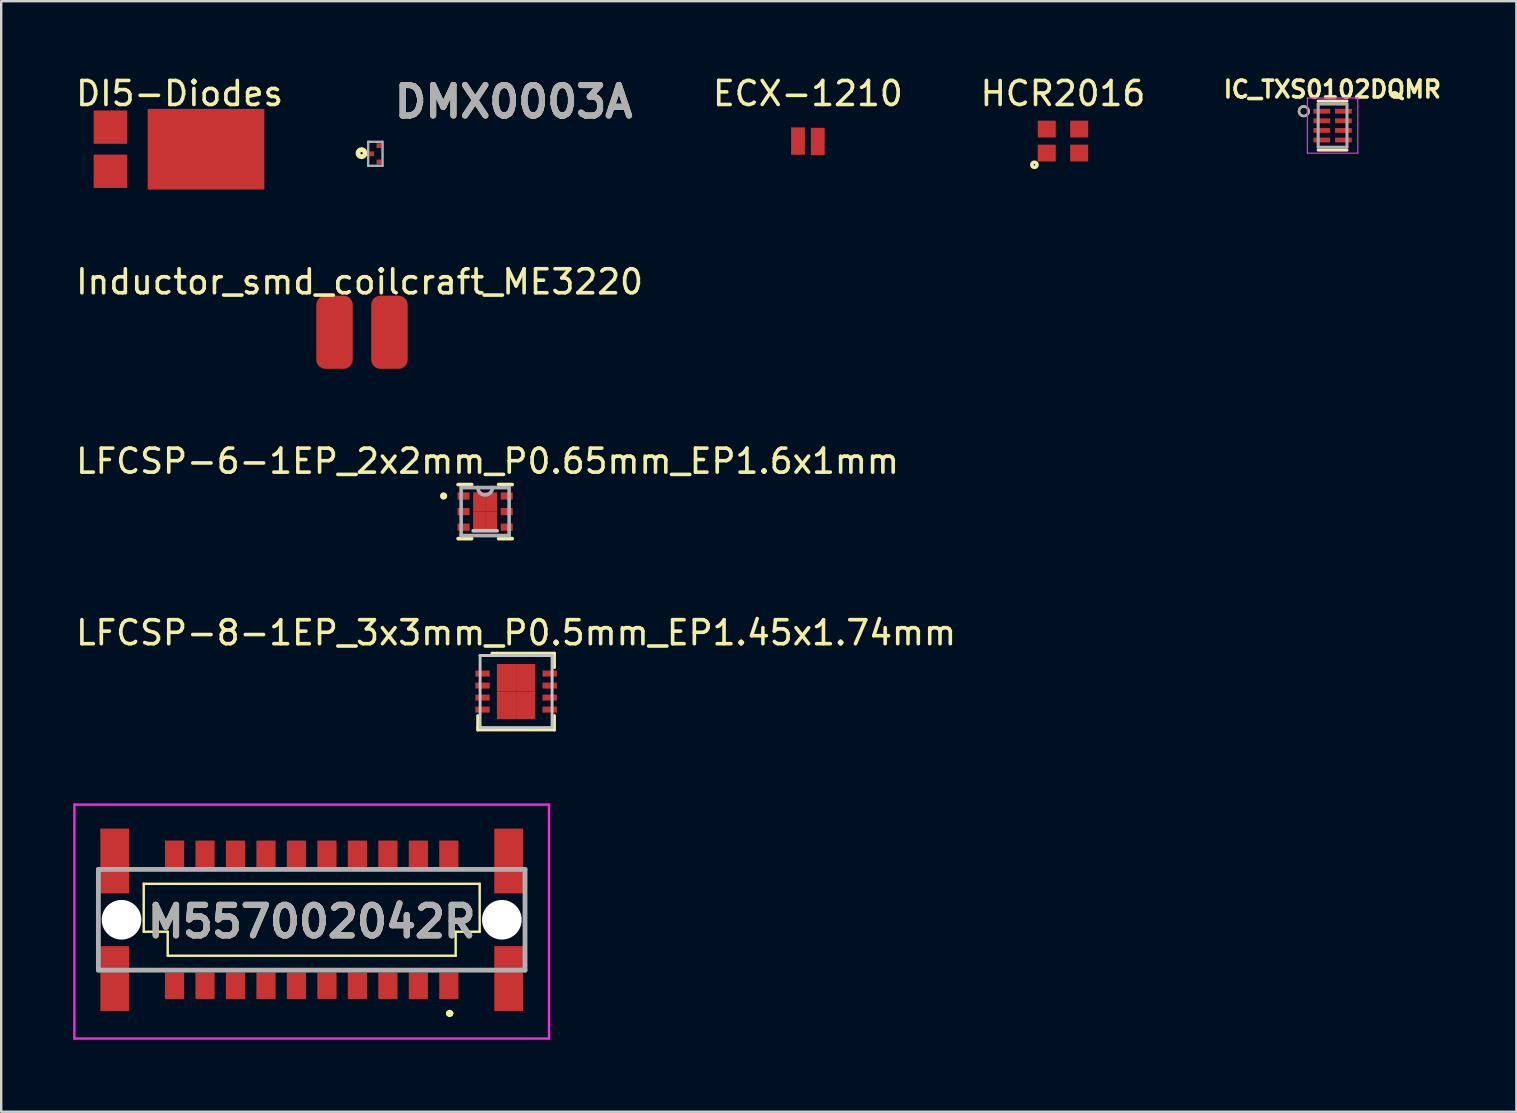
<source format=kicad_pcb>
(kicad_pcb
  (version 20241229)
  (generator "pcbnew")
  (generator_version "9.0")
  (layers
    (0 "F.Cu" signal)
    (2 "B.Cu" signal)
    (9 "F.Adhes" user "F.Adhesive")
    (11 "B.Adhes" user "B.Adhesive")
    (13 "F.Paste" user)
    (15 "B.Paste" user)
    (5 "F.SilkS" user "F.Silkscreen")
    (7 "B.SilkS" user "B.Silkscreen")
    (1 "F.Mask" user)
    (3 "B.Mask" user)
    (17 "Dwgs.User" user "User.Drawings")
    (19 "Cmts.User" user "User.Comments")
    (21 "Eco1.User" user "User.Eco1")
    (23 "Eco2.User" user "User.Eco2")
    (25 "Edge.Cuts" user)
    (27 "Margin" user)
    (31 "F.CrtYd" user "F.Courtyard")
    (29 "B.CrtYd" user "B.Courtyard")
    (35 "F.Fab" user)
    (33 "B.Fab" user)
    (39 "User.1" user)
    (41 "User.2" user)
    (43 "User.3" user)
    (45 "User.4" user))
  (footprint "DMX0003A"
    (layer "F.Cu")
    (at 12.593 3.36)
    (property "Reference" "DMX0003A" (at 5.764 -2.171 0) (layer "F.SilkS") (effects (font (size 1.27 1.27) (thickness 0.254))))
    (attr smd)
    (fp_circle (center -0.575 -0.027) (end -0.575 0.022) (stroke (width 0.2) (type solid)) (fill no) (layer "F.SilkS"))
    (fp_line (start -0.3 -0.5) (end 0.3 -0.5) (stroke (width 0.1) (type solid)) (layer "F.Fab"))
    (fp_line (start -0.3 0.5) (end -0.3 -0.5) (stroke (width 0.1) (type solid)) (layer "F.Fab"))
    (fp_line (start 0.3 -0.5) (end 0.3 0.5) (stroke (width 0.1) (type solid)) (layer "F.Fab"))
    (fp_line (start 0.3 0.5) (end -0.3 0.5) (stroke (width 0.1) (type solid)) (layer "F.Fab"))
    (fp_text user "${REFERENCE}" (at 5.764 -2.171 0) (layer "F.Fab") (effects (font (size 1.27 1.27) (thickness 0.254))))
    (pad "1" smd rect (at -0.15 0 90) (size 0.2 0.2) (layers "F.Cu" "F.Mask" "F.Paste"))
    (pad "2" smd rect (at 0.15 0.34 90) (size 0.2 0.2) (layers "F.Cu" "F.Mask" "F.Paste"))
    (pad "3" smd rect (at 0.15 -0.34 90) (size 0.2 0.2) (layers "F.Cu" "F.Mask" "F.Paste")))
  (footprint "Inductor_smd_coilcraft_ME3220"
    (layer "F.Cu")
    (at 12.035 10.796)
    (property "Reference" "Inductor_smd_coilcraft_ME3220" (at -0.1 -2.1 0) (layer "F.SilkS") (effects (font (size 1 1) (thickness 0.15))))
    (attr through_hole)
    (pad "1" smd roundrect (at -1.145 0) (size 1.52 3.05) (layers "F.Cu" "F.Mask" "F.Paste") (roundrect_rratio 0.25))
    (pad "2" smd roundrect (at 1.145 0) (size 1.52 3.05) (layers "F.Cu" "F.Mask" "F.Paste") (roundrect_rratio 0.25)))
  (footprint "DI5-Diodes"
    (layer "F.Cu")
    (at 4.415 3.168)
    (property "Reference" "DI5-Diodes" (at 0.02 -2.32 0) (layer "F.SilkS") (effects (font (size 1 1) (thickness 0.15))))
    (attr through_hole)
    (pad "1" smd rect (at 1.12 0) (size 4.86 3.36) (layers "F.Cu" "F.Mask" "F.Paste"))
    (pad "2" smd rect (at -2.862 -0.92) (size 1.4 1.39) (layers "F.Cu" "F.Mask" "F.Paste"))
    (pad "2" smd rect (at -2.862 0.92) (size 1.4 1.39) (layers "F.Cu" "F.Mask" "F.Paste")))
  (footprint "ECX-1210"
    (layer "F.Cu")
    (at 30.618 2.848)
    (property "Reference" "ECX-1210" (at 0 -2 0) (layer "F.SilkS") (effects (font (size 1 1) (thickness 0.15))))
    (attr through_hole)
    (pad "1" smd rect (at -0.412 -0.02) (size 0.575 1.14) (layers "F.Cu" "F.Mask" "F.Paste"))
    (pad "2" smd rect (at 0.412 0) (size 0.575 1.14) (layers "F.Cu" "F.Mask" "F.Paste")))
  (footprint "IC_TXS0102DQMR"
    (layer "F.Cu")
    (at 52.485 2.185)
    (property "Reference" "IC_TXS0102DQMR" (at -0.011 -1.512 0) (layer "F.SilkS") (effects (font (size 0.7 0.7) (thickness 0.15))))
    (attr smd)
    (fp_poly (pts (xy -0.85 -0.75) (xy -0.05 -0.75) (xy -0.05 -0.45) (xy -0.85 -0.45)) (stroke (width 0.01) (type solid)) (fill yes) (layer "F.Mask"))
    (fp_poly (pts (xy -0.85 -0.35) (xy -0.05 -0.35) (xy -0.05 -0.05) (xy -0.85 -0.05)) (stroke (width 0.01) (type solid)) (fill yes) (layer "F.Mask"))
    (fp_poly (pts (xy -0.85 0.05) (xy -0.05 0.05) (xy -0.05 0.35) (xy -0.85 0.35)) (stroke (width 0.01) (type solid)) (fill yes) (layer "F.Mask"))
    (fp_poly (pts (xy -0.85 0.45) (xy -0.05 0.45) (xy -0.05 0.75) (xy -0.85 0.75)) (stroke (width 0.01) (type solid)) (fill yes) (layer "F.Mask"))
    (fp_poly (pts (xy 0.05 -0.75) (xy 0.85 -0.75) (xy 0.85 -0.45) (xy 0.05 -0.45)) (stroke (width 0.01) (type solid)) (fill yes) (layer "F.Mask"))
    (fp_poly (pts (xy 0.05 -0.35) (xy 0.85 -0.35) (xy 0.85 -0.05) (xy 0.05 -0.05)) (stroke (width 0.01) (type solid)) (fill yes) (layer "F.Mask"))
    (fp_poly (pts (xy 0.05 0.05) (xy 0.85 0.05) (xy 0.85 0.35) (xy 0.05 0.35)) (stroke (width 0.01) (type solid)) (fill yes) (layer "F.Mask"))
    (fp_poly (pts (xy 0.05 0.45) (xy 0.85 0.45) (xy 0.85 0.75) (xy 0.05 0.75)) (stroke (width 0.01) (type solid)) (fill yes) (layer "F.Mask"))
    (fp_line (start -0.6 -1.02) (end 0.6 -1.02) (stroke (width 0.127) (type solid)) (layer "F.SilkS"))
    (fp_line (start -0.6 1.02) (end 0.6 1.02) (stroke (width 0.127) (type solid)) (layer "F.SilkS"))
    (fp_circle (center -1.2 -0.6) (end -1 -0.6) (stroke (width 0.1) (type solid)) (fill no) (layer "F.SilkS"))
    (fp_line (start -1.05 -1.15) (end -1.05 1.15) (stroke (width 0.05) (type solid)) (layer "F.CrtYd"))
    (fp_line (start -1.05 -1.15) (end 1.05 -1.15) (stroke (width 0.05) (type solid)) (layer "F.CrtYd"))
    (fp_line (start -1.05 1.15) (end 1.05 1.15) (stroke (width 0.05) (type solid)) (layer "F.CrtYd"))
    (fp_line (start 1.05 -1.15) (end 1.05 1.15) (stroke (width 0.05) (type solid)) (layer "F.CrtYd"))
    (fp_line (start -0.6 -0.9) (end -0.6 0.9) (stroke (width 0.127) (type solid)) (layer "F.Fab"))
    (fp_line (start -0.6 -0.9) (end 0.6 -0.9) (stroke (width 0.127) (type solid)) (layer "F.Fab"))
    (fp_line (start -0.6 0.9) (end 0.6 0.9) (stroke (width 0.127) (type solid)) (layer "F.Fab"))
    (fp_line (start 0.6 -0.9) (end 0.6 0.9) (stroke (width 0.127) (type solid)) (layer "F.Fab"))
    (fp_circle (center -1.2 -0.6) (end -1 -0.6) (stroke (width 0.1) (type solid)) (fill no) (layer "F.Fab"))
    (pad "1" smd rect (at -0.45 -0.6) (size 0.7 0.2) (layers "F.Cu" "F.Paste"))
    (pad "2" smd rect (at -0.45 -0.2) (size 0.7 0.2) (layers "F.Cu" "F.Paste"))
    (pad "3" smd rect (at -0.45 0.2) (size 0.7 0.2) (layers "F.Cu" "F.Paste"))
    (pad "4" smd rect (at -0.45 0.6) (size 0.7 0.2) (layers "F.Cu" "F.Paste"))
    (pad "5" smd rect (at 0.45 0.6) (size 0.7 0.2) (layers "F.Cu" "F.Paste"))
    (pad "6" smd rect (at 0.45 0.2) (size 0.7 0.2) (layers "F.Cu" "F.Paste"))
    (pad "7" smd rect (at 0.45 -0.2) (size 0.7 0.2) (layers "F.Cu" "F.Paste"))
    (pad "8" smd rect (at 0.45 -0.6) (size 0.7 0.2) (layers "F.Cu" "F.Paste")))
  (footprint "HCR2016"
    (layer "F.Cu")
    (at 41.249 2.828)
    (property "Reference" "HCR2016" (at 0 -1.98 0) (layer "F.SilkS") (effects (font (size 1 1) (thickness 0.15))))
    (attr through_hole)
    (fp_circle (center -1.19 0.99) (end -1.09 1.03) (stroke (width 0.15) (type solid)) (fill no) (layer "F.SilkS"))
    (pad "1" smd rect (at -0.675 0.5) (size 0.75 0.7) (layers "F.Cu" "F.Mask" "F.Paste"))
    (pad "2" smd rect (at 0.675 0.5) (size 0.75 0.7) (layers "F.Cu" "F.Mask" "F.Paste"))
    (pad "3" smd rect (at 0.675 -0.5) (size 0.75 0.7) (layers "F.Cu" "F.Mask" "F.Paste"))
    (pad "4" smd rect (at -0.675 -0.5) (size 0.75 0.7) (layers "F.Cu" "F.Mask" "F.Paste")))
  (footprint "M557002042R"
    (layer "F.Cu")
    (at 9.94 35.281)
    (property "Reference" "M557002042R" (at 0 0.075 0) (layer "F.SilkS") (effects (font (size 1.27 1.27) (thickness 0.254))))
    (attr through_hole)
    (fp_line (start -7.2 -2.1) (end -7.2 -2.1) (stroke (width 0.1) (type solid)) (layer "F.SilkS"))
    (fp_line (start -7.2 -2.1) (end -6.4 -2.1) (stroke (width 0.1) (type solid)) (layer "F.SilkS"))
    (fp_line (start -7.2 2.1) (end -7.2 2.1) (stroke (width 0.1) (type solid)) (layer "F.SilkS"))
    (fp_line (start -7.2 2.1) (end -6.4 2.1) (stroke (width 0.1) (type solid)) (layer "F.SilkS"))
    (fp_line (start -7 -1.5) (end -7 0.5) (stroke (width 0.1) (type default)) (layer "F.SilkS"))
    (fp_line (start -7 0.5) (end -6 0.5) (stroke (width 0.1) (type default)) (layer "F.SilkS"))
    (fp_line (start -6.4 -2.1) (end -7.2 -2.1) (stroke (width 0.1) (type solid)) (layer "F.SilkS"))
    (fp_line (start -6.4 -2.1) (end -6.4 -2.1) (stroke (width 0.1) (type solid)) (layer "F.SilkS"))
    (fp_line (start -6.4 2.1) (end -7.2 2.1) (stroke (width 0.1) (type solid)) (layer "F.SilkS"))
    (fp_line (start -6.4 2.1) (end -6.4 2.1) (stroke (width 0.1) (type solid)) (layer "F.SilkS"))
    (fp_line (start -6 0.5) (end -6 1.5) (stroke (width 0.1) (type default)) (layer "F.SilkS"))
    (fp_line (start -6 1.5) (end 6 1.5) (stroke (width 0.1) (type default)) (layer "F.SilkS"))
    (fp_line (start 5.7 3.9) (end 5.7 3.9) (stroke (width 0.2) (type solid)) (layer "F.SilkS"))
    (fp_line (start 5.7 3.9) (end 5.7 3.9) (stroke (width 0.2) (type solid)) (layer "F.SilkS"))
    (fp_line (start 5.8 3.9) (end 5.8 3.9) (stroke (width 0.2) (type solid)) (layer "F.SilkS"))
    (fp_line (start 6 0.5) (end 7 0.5) (stroke (width 0.1) (type default)) (layer "F.SilkS"))
    (fp_line (start 6 1.5) (end 6 0.5) (stroke (width 0.1) (type default)) (layer "F.SilkS"))
    (fp_line (start 6.4 -2.1) (end 6.4 -2.1) (stroke (width 0.1) (type solid)) (layer "F.SilkS"))
    (fp_line (start 6.4 -2.1) (end 7.2 -2.1) (stroke (width 0.1) (type solid)) (layer "F.SilkS"))
    (fp_line (start 6.4 2.1) (end 6.4 2.1) (stroke (width 0.1) (type solid)) (layer "F.SilkS"))
    (fp_line (start 6.4 2.1) (end 7.2 2.1) (stroke (width 0.1) (type solid)) (layer "F.SilkS"))
    (fp_line (start 7 -1.5) (end -7 -1.5) (stroke (width 0.1) (type default)) (layer "F.SilkS"))
    (fp_line (start 7 0.5) (end 7 -1.5) (stroke (width 0.1) (type default)) (layer "F.SilkS"))
    (fp_line (start 7.2 -2.1) (end 6.4 -2.1) (stroke (width 0.1) (type solid)) (layer "F.SilkS"))
    (fp_line (start 7.2 -2.1) (end 7.2 -2.1) (stroke (width 0.1) (type solid)) (layer "F.SilkS"))
    (fp_line (start 7.2 2.1) (end 6.4 2.1) (stroke (width 0.1) (type solid)) (layer "F.SilkS"))
    (fp_line (start 7.2 2.1) (end 7.2 2.1) (stroke (width 0.1) (type solid)) (layer "F.SilkS"))
    (fp_arc (start 5.7 3.9) (mid 5.75 3.85) (end 5.8 3.9) (stroke (width 0.2) (type solid)) (layer "F.SilkS"))
    (fp_arc (start 5.8 3.9) (mid 5.75 3.95) (end 5.7 3.9) (stroke (width 0.2) (type solid)) (layer "F.SilkS"))
    (fp_arc (start 5.8 3.9) (mid 5.75 3.95) (end 5.7 3.9) (stroke (width 0.2) (type solid)) (layer "F.SilkS"))
    (fp_line (start -9.89 -4.8) (end 9.89 -4.8) (stroke (width 0.1) (type solid)) (layer "F.CrtYd"))
    (fp_line (start -9.89 4.95) (end -9.89 -4.8) (stroke (width 0.1) (type solid)) (layer "F.CrtYd"))
    (fp_line (start 9.89 -4.8) (end 9.89 4.95) (stroke (width 0.1) (type solid)) (layer "F.CrtYd"))
    (fp_line (start 9.89 4.95) (end -9.89 4.95) (stroke (width 0.1) (type solid)) (layer "F.CrtYd"))
    (fp_line (start -8.89 -2.1) (end -8.89 2.1) (stroke (width 0.2) (type solid)) (layer "F.Fab"))
    (fp_line (start -8.89 2.1) (end 8.89 2.1) (stroke (width 0.2) (type solid)) (layer "F.Fab"))
    (fp_line (start 8.89 -2.1) (end -8.89 -2.1) (stroke (width 0.2) (type solid)) (layer "F.Fab"))
    (fp_line (start 8.89 2.1) (end 8.89 -2.1) (stroke (width 0.2) (type solid)) (layer "F.Fab"))
    (fp_text user "${REFERENCE}" (at 0 0.075 0) (layer "F.Fab") (effects (font (size 1.27 1.27) (thickness 0.254))))
    (pad "" np_thru_hole circle (at -7.925 0) (size 1.65 1.65) (drill 1.65) (layers "*.Cu" "*.Mask"))
    (pad "" np_thru_hole circle (at 7.925 0) (size 1.65 1.65) (drill 1.65) (layers "*.Cu" "*.Mask"))
    (pad "A1" smd rect (at 5.715 2.75) (size 0.8 1.1) (layers "F.Cu" "F.Mask" "F.Paste"))
    (pad "A2" smd rect (at 4.445 2.75) (size 0.8 1.1) (layers "F.Cu" "F.Mask" "F.Paste"))
    (pad "A3" smd rect (at 3.175 2.75) (size 0.8 1.1) (layers "F.Cu" "F.Mask" "F.Paste"))
    (pad "A4" smd rect (at 1.905 2.75) (size 0.8 1.1) (layers "F.Cu" "F.Mask" "F.Paste"))
    (pad "A5" smd rect (at 0.635 2.75) (size 0.8 1.1) (layers "F.Cu" "F.Mask" "F.Paste"))
    (pad "A6" smd rect (at -0.635 2.75) (size 0.8 1.1) (layers "F.Cu" "F.Mask" "F.Paste"))
    (pad "A7" smd rect (at -1.905 2.75) (size 0.8 1.1) (layers "F.Cu" "F.Mask" "F.Paste"))
    (pad "A8" smd rect (at -3.175 2.75) (size 0.8 1.1) (layers "F.Cu" "F.Mask" "F.Paste"))
    (pad "A9" smd rect (at -4.445 2.75) (size 0.8 1.1) (layers "F.Cu" "F.Mask" "F.Paste"))
    (pad "A10" smd rect (at -5.715 2.75) (size 0.8 1.1) (layers "F.Cu" "F.Mask" "F.Paste"))
    (pad "B1" smd rect (at 5.715 -2.75) (size 0.8 1.1) (layers "F.Cu" "F.Mask" "F.Paste"))
    (pad "B2" smd rect (at 4.445 -2.75) (size 0.8 1.1) (layers "F.Cu" "F.Mask" "F.Paste"))
    (pad "B3" smd rect (at 3.175 -2.75) (size 0.8 1.1) (layers "F.Cu" "F.Mask" "F.Paste"))
    (pad "B4" smd rect (at 1.905 -2.75) (size 0.8 1.1) (layers "F.Cu" "F.Mask" "F.Paste"))
    (pad "B5" smd rect (at 0.635 -2.75) (size 0.8 1.1) (layers "F.Cu" "F.Mask" "F.Paste"))
    (pad "B6" smd rect (at -0.635 -2.75) (size 0.8 1.1) (layers "F.Cu" "F.Mask" "F.Paste"))
    (pad "B7" smd rect (at -1.905 -2.75) (size 0.8 1.1) (layers "F.Cu" "F.Mask" "F.Paste"))
    (pad "B8" smd rect (at -3.175 -2.75) (size 0.8 1.1) (layers "F.Cu" "F.Mask" "F.Paste"))
    (pad "B9" smd rect (at -4.445 -2.75) (size 0.8 1.1) (layers "F.Cu" "F.Mask" "F.Paste"))
    (pad "B10" smd rect (at -5.715 -2.75) (size 0.8 1.1) (layers "F.Cu" "F.Mask" "F.Paste"))
    (pad "MP1" smd rect (at 8.21 2.45) (size 1.2 2.7) (layers "F.Cu" "F.Mask" "F.Paste"))
    (pad "MP2" smd rect (at 8.21 -2.45) (size 1.2 2.7) (layers "F.Cu" "F.Mask" "F.Paste"))
    (pad "MP3" smd rect (at -8.21 2.45) (size 1.2 2.7) (layers "F.Cu" "F.Mask" "F.Paste"))
    (pad "MP4" smd rect (at -8.21 -2.45) (size 1.2 2.7) (layers "F.Cu" "F.Mask" "F.Paste")))
  (footprint "LFCSP-8-1EP_3x3mm_P0.5mm_EP1.45x1.74mm"
    (layer "F.Cu")
    (at 18.458 25.771)
    (property "Reference" "LFCSP-8-1EP_3x3mm_P0.5mm_EP1.45x1.74mm" (at 0 -2.45 0) (layer "F.SilkS") (effects (font (size 1 1) (thickness 0.15))))
    (attr smd)
    (fp_line (start -1.6 1) (end -1.6 1.5) (stroke (width 0.12) (type solid)) (layer "F.SilkS"))
    (fp_line (start -1.6 1.5) (end -1.6 1.6) (stroke (width 0.12) (type solid)) (layer "F.SilkS"))
    (fp_line (start -1.6 1.6) (end 1.6 1.6) (stroke (width 0.12) (type solid)) (layer "F.SilkS"))
    (fp_line (start -1 -1.6) (end -1 -1.5) (stroke (width 0.12) (type solid)) (layer "F.SilkS"))
    (fp_line (start -1 -1.5) (end -1.5 -1.5) (stroke (width 0.12) (type solid)) (layer "F.SilkS"))
    (fp_line (start -0.8 -1.6) (end -1 -1.6) (stroke (width 0.12) (type solid)) (layer "F.SilkS"))
    (fp_line (start 1.6 -1.6) (end -0.8 -1.6) (stroke (width 0.12) (type solid)) (layer "F.SilkS"))
    (fp_line (start 1.6 -1) (end 1.6 -1.6) (stroke (width 0.12) (type solid)) (layer "F.SilkS"))
    (fp_line (start 1.6 1.6) (end 1.6 1) (stroke (width 0.12) (type solid)) (layer "F.SilkS"))
    (fp_line (start -1.5 -1.5) (end 1.5 -1.5) (stroke (width 0.12) (type solid)) (layer "Dwgs.User"))
    (fp_line (start -1.5 1.5) (end -1.5 -1.5) (stroke (width 0.12) (type solid)) (layer "Dwgs.User"))
    (fp_line (start 1.5 -1.5) (end 1.5 1.5) (stroke (width 0.12) (type solid)) (layer "Dwgs.User"))
    (fp_line (start 1.5 1.5) (end -1.5 1.5) (stroke (width 0.12) (type solid)) (layer "Dwgs.User"))
    (pad "1" smd rect (at -1.4 -0.75) (size 0.6 0.25) (layers "F.Cu" "F.Mask" "F.Paste"))
    (pad "2" smd rect (at -1.4 -0.25) (size 0.6 0.25) (layers "F.Cu" "F.Mask" "F.Paste"))
    (pad "3" smd rect (at -1.4 0.25) (size 0.6 0.25) (layers "F.Cu" "F.Mask" "F.Paste"))
    (pad "4" smd rect (at -1.4 0.75) (size 0.6 0.25) (layers "F.Cu" "F.Mask" "F.Paste"))
    (pad "5" smd rect (at 1.4 0.75) (size 0.6 0.25) (layers "F.Cu" "F.Mask" "F.Paste"))
    (pad "6" smd rect (at 1.4 0.25) (size 0.6 0.25) (layers "F.Cu" "F.Mask" "F.Paste"))
    (pad "7" smd rect (at 1.4 -0.25) (size 0.6 0.25) (layers "F.Cu" "F.Mask" "F.Paste"))
    (pad "8" smd rect (at 1.4 -0.75) (size 0.6 0.25) (layers "F.Cu" "F.Mask" "F.Paste"))
    (pad "9" smd rect (at -0.4 -0.575) (size 0.8 1.15) (layers "F.Cu" "F.Mask" "F.Paste"))
    (pad "9" smd rect (at -0.4 0.575) (size 0.8 1.15) (layers "F.Cu" "F.Mask" "F.Paste"))
    (pad "9" smd rect (at 0.4 -0.575) (size 0.8 1.15) (layers "F.Cu" "F.Mask" "F.Paste"))
    (pad "9" smd rect (at 0.4 0.575) (size 0.8 1.15) (layers "F.Cu" "F.Mask" "F.Paste")))
  (footprint "LFCSP-6-1EP_2x2mm_P0.65mm_EP1.6x1mm"
    (layer "F.Cu")
    (at 17.168 18.27)
    (property "Reference" "LFCSP-6-1EP_2x2mm_P0.65mm_EP1.6x1mm" (at 0.1 -2.1 0) (layer "F.SilkS") (effects (font (size 1 1) (thickness 0.15))))
    (attr through_hole)
    (fp_line (start -1.127 1.127) (end -0.562 1.127) (stroke (width 0.152) (type solid)) (layer "F.SilkS"))
    (fp_line (start -0.562 -1.127) (end -1.127 -1.127) (stroke (width 0.152) (type solid)) (layer "F.SilkS"))
    (fp_line (start 0.562 1.127) (end 1.127 1.127) (stroke (width 0.152) (type solid)) (layer "F.SilkS"))
    (fp_line (start 1.127 -1.127) (end 0.562 -1.127) (stroke (width 0.152) (type solid)) (layer "F.SilkS"))
    (fp_circle (center -1.731 -0.65) (end -1.655 -0.65) (stroke (width 0.152) (type solid)) (fill no) (layer "F.SilkS"))
    (fp_line (start -0.5 0.8) (end 0.5 0.8) (stroke (width 0.152) (type solid)) (layer "Dwgs.User"))
    (fp_line (start -1 -1) (end -1 1) (stroke (width 0.152) (type solid)) (layer "F.Fab"))
    (fp_line (start -1 1) (end 1 1) (stroke (width 0.152) (type solid)) (layer "F.Fab"))
    (fp_line (start 1 -1) (end -1 -1) (stroke (width 0.152) (type solid)) (layer "F.Fab"))
    (fp_line (start 1 1) (end 1 -1) (stroke (width 0.152) (type solid)) (layer "F.Fab"))
    (fp_arc (start 0.3048 -1) (mid 0 -0.6952) (end -0.3048 -1) (stroke (width 0.1524) (type solid)) (layer "F.Fab"))
    (pad "1" smd rect (at -0.9 -0.65) (size 0.5 0.3) (layers "F.Cu" "F.Mask" "F.Paste"))
    (pad "2" smd rect (at -0.9 0) (size 0.5 0.3) (layers "F.Cu" "F.Mask" "F.Paste"))
    (pad "3" smd rect (at -0.9 0.65) (size 0.5 0.3) (layers "F.Cu" "F.Mask" "F.Paste"))
    (pad "4" smd rect (at 0.9 0.65) (size 0.5 0.3) (layers "F.Cu" "F.Mask" "F.Paste"))
    (pad "5" smd rect (at 0.9 0) (size 0.5 0.3) (layers "F.Cu" "F.Mask" "F.Paste"))
    (pad "6" smd rect (at 0.9 -0.65) (size 0.5 0.3) (layers "F.Cu" "F.Mask" "F.Paste"))
    (pad "7" smd rect (at -0.25 -0.4) (size 0.5 0.8) (layers "F.Cu" "F.Mask" "F.Paste"))
    (pad "7" smd rect (at -0.25 0.4) (size 0.5 0.8) (layers "F.Cu" "F.Mask" "F.Paste"))
    (pad "7" smd rect (at 0.25 -0.4) (size 0.5 0.8) (layers "F.Cu" "F.Mask" "F.Paste"))
    (pad "7" smd rect (at 0.25 0.4) (size 0.5 0.8) (layers "F.Cu" "F.Mask" "F.Paste")))
  (gr_rect
    (start -3 -3)
    (end 60.145 43.281)
    (stroke (width 0.1) (type default))
    (fill no)
    (layer "Edge.Cuts")))
</source>
